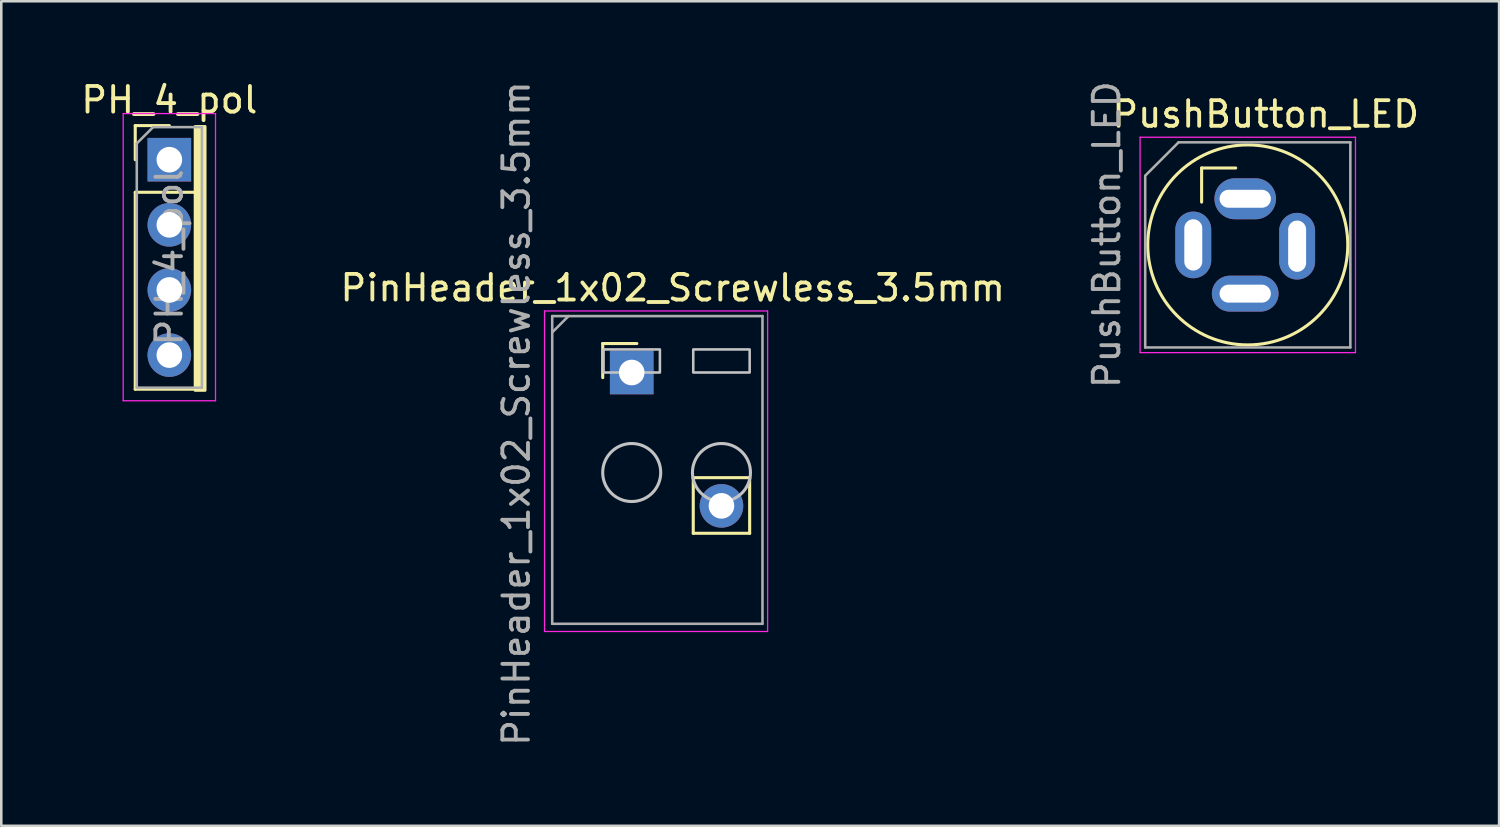
<source format=kicad_pcb>
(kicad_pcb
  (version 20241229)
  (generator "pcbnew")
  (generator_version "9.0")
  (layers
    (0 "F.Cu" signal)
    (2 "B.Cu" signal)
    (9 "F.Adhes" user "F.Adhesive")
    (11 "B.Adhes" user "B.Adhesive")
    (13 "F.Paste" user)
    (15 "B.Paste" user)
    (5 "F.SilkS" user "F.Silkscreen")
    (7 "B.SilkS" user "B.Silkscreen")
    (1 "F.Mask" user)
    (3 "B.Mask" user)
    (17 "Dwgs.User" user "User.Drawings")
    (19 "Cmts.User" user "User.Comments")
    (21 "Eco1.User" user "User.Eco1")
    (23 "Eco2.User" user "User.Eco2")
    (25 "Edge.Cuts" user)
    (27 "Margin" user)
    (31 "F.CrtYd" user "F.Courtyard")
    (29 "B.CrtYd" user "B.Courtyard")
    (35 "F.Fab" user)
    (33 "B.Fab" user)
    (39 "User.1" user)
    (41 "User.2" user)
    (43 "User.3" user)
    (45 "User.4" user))
  (footprint "PH_4_pol"
    (layer "F.Cu")
    (at 3.554 3.178)
    (property "Reference" "PH_4_pol" (at 0 -2.33 0) (layer "F.SilkS") (effects (font (size 1 1) (thickness 0.15))))
    (attr through_hole)
    (fp_line (start -1.33 -1.33) (end 0 -1.33) (stroke (width 0.12) (type solid)) (layer "F.SilkS"))
    (fp_line (start -1.33 0) (end -1.33 -1.33) (stroke (width 0.12) (type solid)) (layer "F.SilkS"))
    (fp_line (start -1.33 1.27) (end -1.33 8.95) (stroke (width 0.12) (type solid)) (layer "F.SilkS"))
    (fp_line (start -1.33 1.27) (end 1.33 1.27) (stroke (width 0.12) (type solid)) (layer "F.SilkS"))
    (fp_line (start -1.33 8.95) (end 1.33 8.95) (stroke (width 0.12) (type solid)) (layer "F.SilkS"))
    (fp_line (start 1.33 1.27) (end 1.33 8.95) (stroke (width 0.12) (type solid)) (layer "F.SilkS"))
    (fp_poly (pts (xy 1.3 8.9) (xy 1.1 8.9) (xy 1.1 -1.3) (xy 1.3 -1.3)) (stroke (width 0.1) (type solid)) (fill yes) (layer "F.SilkS"))
    (fp_poly (pts (xy 1.4 9) (xy 1 9) (xy 1 -1.3) (xy 1.4 -1.3)) (stroke (width 0.1) (type solid)) (fill yes) (layer "F.SilkS"))
    (fp_line (start -1.8 -1.8) (end -1.8 9.4) (stroke (width 0.05) (type solid)) (layer "F.CrtYd"))
    (fp_line (start -1.8 9.4) (end 1.8 9.4) (stroke (width 0.05) (type solid)) (layer "F.CrtYd"))
    (fp_line (start 1.8 -1.8) (end -1.8 -1.8) (stroke (width 0.05) (type solid)) (layer "F.CrtYd"))
    (fp_line (start 1.8 9.4) (end 1.8 -1.8) (stroke (width 0.05) (type solid)) (layer "F.CrtYd"))
    (fp_line (start -1.27 -0.635) (end -0.635 -1.27) (stroke (width 0.1) (type solid)) (layer "F.Fab"))
    (fp_line (start -1.27 8.89) (end -1.27 -0.635) (stroke (width 0.1) (type solid)) (layer "F.Fab"))
    (fp_line (start -0.635 -1.27) (end 1.27 -1.27) (stroke (width 0.1) (type solid)) (layer "F.Fab"))
    (fp_line (start 1.27 -1.27) (end 1.27 8.89) (stroke (width 0.1) (type solid)) (layer "F.Fab"))
    (fp_line (start 1.27 8.89) (end -1.27 8.89) (stroke (width 0.1) (type solid)) (layer "F.Fab"))
    (fp_text user "${REFERENCE}" (at 0 3.81 90) (layer "F.Fab") (effects (font (size 1 1) (thickness 0.15))))
    (pad "1" thru_hole rect (at 0 0) (size 1.7 1.7) (drill 1) (layers "*.Cu" "*.Mask"))
    (pad "2" thru_hole oval (at 0 2.54) (size 1.7 1.7) (drill 1) (layers "*.Cu" "*.Mask"))
    (pad "3" thru_hole oval (at 0 5.08) (size 1.7 1.7) (drill 1) (layers "*.Cu" "*.Mask"))
    (pad "4" thru_hole oval (at 0 7.62) (size 1.7 1.7) (drill 1) (layers "*.Cu" "*.Mask")))
  (footprint "PushButton_LED"
    (layer "F.Cu")
    (at 45.51 4.701)
    (property "Reference" "PushButton_LED" (at 0.8 -3.3 0) (layer "F.SilkS") (effects (font (size 1 1) (thickness 0.15))))
    (attr through_hole)
    (fp_line (start -1.7 -1.2) (end -0.37 -1.2) (stroke (width 0.12) (type solid)) (layer "F.SilkS"))
    (fp_line (start -1.7 0.13) (end -1.7 -1.2) (stroke (width 0.12) (type solid)) (layer "F.SilkS"))
    (fp_circle (center 0.1 1.8) (end 4 1.8) (stroke (width 0.12) (type solid)) (fill no) (layer "F.SilkS"))
    (fp_line (start -4.1 -2.4) (end -4.1 6) (stroke (width 0.05) (type solid)) (layer "F.CrtYd"))
    (fp_line (start -4.1 6) (end 4.3 6) (stroke (width 0.05) (type solid)) (layer "F.CrtYd"))
    (fp_line (start 4.3 -2.4) (end -4.1 -2.4) (stroke (width 0.05) (type solid)) (layer "F.CrtYd"))
    (fp_line (start 4.3 6) (end 4.3 -2.4) (stroke (width 0.05) (type solid)) (layer "F.CrtYd"))
    (fp_line (start -3.9 5.8) (end -3.9 -0.9) (stroke (width 0.1) (type solid)) (layer "F.Fab"))
    (fp_line (start -3.87 -0.93) (end -2.6 -2.2) (stroke (width 0.1) (type solid)) (layer "F.Fab"))
    (fp_line (start -2.6 -2.2) (end 4.1 -2.2) (stroke (width 0.1) (type solid)) (layer "F.Fab"))
    (fp_line (start 4.1 -2.2) (end 4.1 5.8) (stroke (width 0.1) (type solid)) (layer "F.Fab"))
    (fp_line (start 4.1 5.8) (end -3.9 5.8) (stroke (width 0.1) (type solid)) (layer "F.Fab"))
    (fp_text user "${REFERENCE}" (at -5.4 1.4 90) (layer "F.Fab") (effects (font (size 1 1) (thickness 0.15))))
    (pad "1" thru_hole oval (at 0 0) (size 2.4 1.6) (drill oval 2 0.7) (layers "*.Cu" "*.Mask"))
    (pad "2" thru_hole oval (at 0 3.7) (size 2.6 1.4) (drill oval 2 0.7) (layers "*.Cu" "*.Mask"))
    (pad "3" thru_hole oval (at -2.025 1.8) (size 1.4 2.6) (drill oval 0.7 2) (layers "*.Cu" "*.Mask"))
    (pad "4" thru_hole oval (at 2.025 1.85) (size 1.4 2.6) (drill oval 0.7 2) (layers "*.Cu" "*.Mask")))
  (footprint "PinHeader_1x02_Screwless_3.5mm"
    (layer "F.Cu")
    (at 21.585 11.477)
    (property "Reference" "PinHeader_1x02_Screwless_3.5mm" (at 1.6 -3.3 0) (layer "F.SilkS") (effects (font (size 1 1) (thickness 0.15))))
    (attr through_hole)
    (fp_line (start -1.13 -1.13) (end 0.2 -1.13) (stroke (width 0.12) (type solid)) (layer "F.SilkS"))
    (fp_line (start -1.13 0.2) (end -1.13 -1.13) (stroke (width 0.12) (type solid)) (layer "F.SilkS"))
    (fp_line (start 2.4 4.1) (end 2.4 6.27) (stroke (width 0.12) (type solid)) (layer "F.SilkS"))
    (fp_line (start 2.4 4.1) (end 4.6 4.1) (stroke (width 0.12) (type solid)) (layer "F.SilkS"))
    (fp_line (start 2.4 6.27) (end 4.6 6.27) (stroke (width 0.12) (type solid)) (layer "F.SilkS"))
    (fp_line (start 4.6 4.1) (end 4.6 6.27) (stroke (width 0.12) (type solid)) (layer "F.SilkS"))
    (fp_circle (center 0 3.9) (end 1.131 3.9) (stroke (width 0.12) (type solid)) (fill no) (layer "Dwgs.User"))
    (fp_circle (center 3.5 3.9) (end 4.631 3.9) (stroke (width 0.12) (type solid)) (fill no) (layer "Dwgs.User"))
    (fp_poly (pts (xy 1.1 0) (xy -1.1 0) (xy -1.1 -0.9) (xy 1.1 -0.9)) (stroke (width 0.1) (type solid)) (fill no) (layer "Dwgs.User"))
    (fp_poly (pts (xy 4.6 0) (xy 2.4 0) (xy 2.4 -0.9) (xy 4.6 -0.9)) (stroke (width 0.1) (type solid)) (fill no) (layer "Dwgs.User"))
    (fp_line (start -3.4 -2.4) (end -3.4 10.1) (stroke (width 0.05) (type solid)) (layer "F.CrtYd"))
    (fp_line (start -3.4 10.1) (end 5.3 10.1) (stroke (width 0.05) (type solid)) (layer "F.CrtYd"))
    (fp_line (start 5.3 -2.4) (end -3.4 -2.4) (stroke (width 0.05) (type solid)) (layer "F.CrtYd"))
    (fp_line (start 5.3 10.1) (end 5.3 -2.4) (stroke (width 0.05) (type solid)) (layer "F.CrtYd"))
    (fp_line (start -3.1 -2.2) (end 5.1 -2.2) (stroke (width 0.1) (type solid)) (layer "F.Fab"))
    (fp_line (start -3.1 -1.565) (end -2.465 -2.2) (stroke (width 0.1) (type solid)) (layer "F.Fab"))
    (fp_line (start -3.1 9.8) (end -3.1 -2.2) (stroke (width 0.1) (type solid)) (layer "F.Fab"))
    (fp_line (start 5.1 -2.2) (end 5.1 9.8) (stroke (width 0.1) (type solid)) (layer "F.Fab"))
    (fp_line (start 5.1 9.8) (end -3.1 9.8) (stroke (width 0.1) (type solid)) (layer "F.Fab"))
    (fp_text user "${REFERENCE}" (at -4.5 1.6 90) (layer "F.Fab") (effects (font (size 1 1) (thickness 0.15))))
    (pad "1" thru_hole rect (at 0 0) (size 1.7 1.7) (drill 1) (layers "*.Cu" "*.Mask"))
    (pad "2" thru_hole oval (at 3.5 5.2) (size 1.7 1.7) (drill 1) (layers "*.Cu" "*.Mask")))
  (gr_rect
    (start -3 -3)
    (end 55.411 29.155)
    (stroke (width 0.1) (type default))
    (fill no)
    (layer "Edge.Cuts")))
</source>
